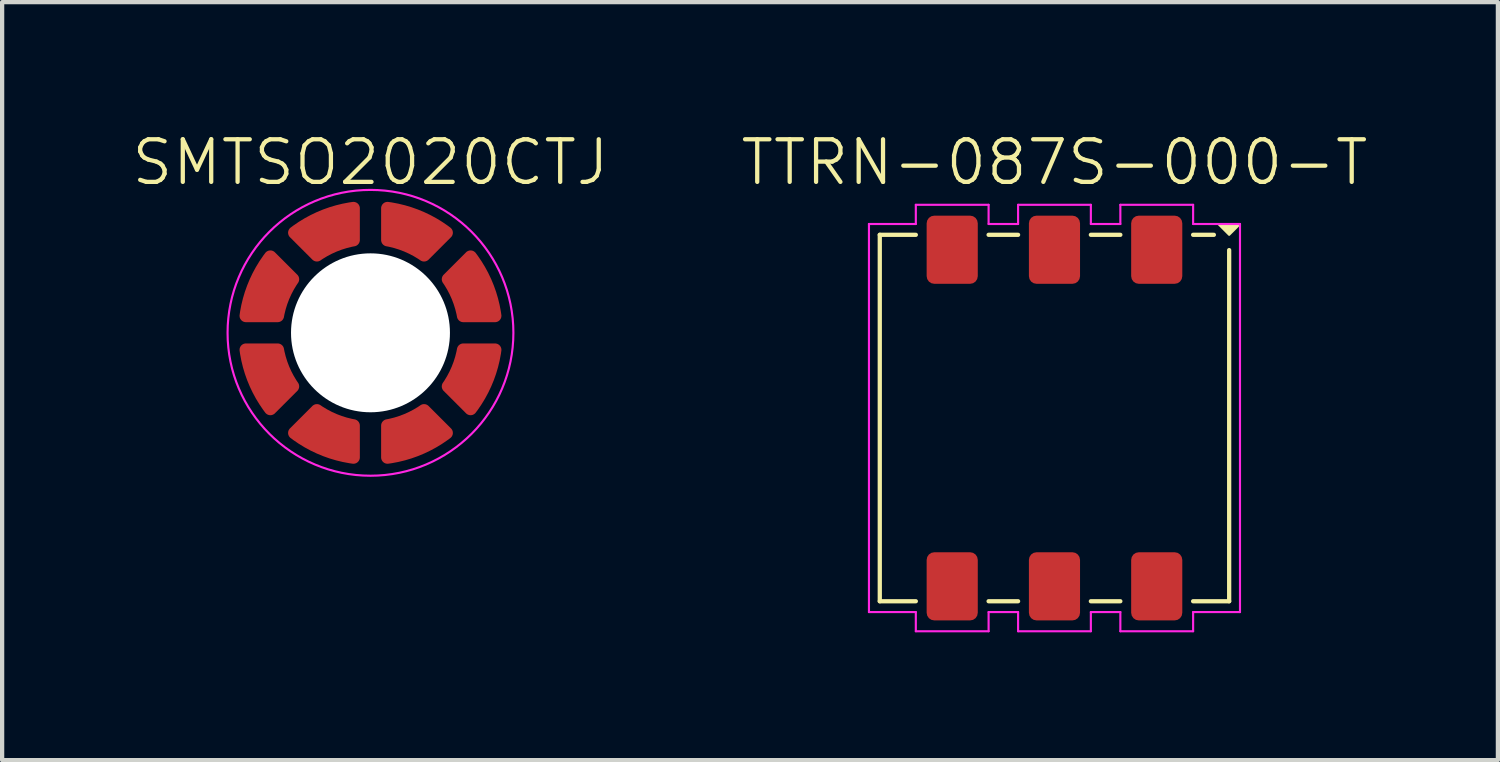
<source format=kicad_pcb>
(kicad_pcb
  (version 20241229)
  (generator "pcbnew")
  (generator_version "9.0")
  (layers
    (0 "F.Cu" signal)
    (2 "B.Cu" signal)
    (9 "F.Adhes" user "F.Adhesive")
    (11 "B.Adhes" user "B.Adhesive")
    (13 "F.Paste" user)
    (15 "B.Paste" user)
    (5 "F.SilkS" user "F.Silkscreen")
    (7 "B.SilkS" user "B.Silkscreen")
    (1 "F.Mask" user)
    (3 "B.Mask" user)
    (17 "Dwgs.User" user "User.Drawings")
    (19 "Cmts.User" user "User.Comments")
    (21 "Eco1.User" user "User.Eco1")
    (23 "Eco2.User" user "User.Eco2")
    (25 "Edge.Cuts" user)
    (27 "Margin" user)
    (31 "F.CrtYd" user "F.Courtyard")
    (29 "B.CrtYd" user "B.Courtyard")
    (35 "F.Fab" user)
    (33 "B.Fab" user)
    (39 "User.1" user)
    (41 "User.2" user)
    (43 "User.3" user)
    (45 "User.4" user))
  (footprint "SMTSO2020CTJ"
    (layer "F.Cu")
    (at 5.645 4.761)
    (property "Reference" "SMTSO2020CTJ" (at 0 -4 0) (unlocked yes) (layer "F.SilkS") (effects (font (size 1 1) (thickness 0.1))))
    (attr smd)
    (fp_circle (center 0 0) (end 3.354 0) (stroke (width 0.05) (type default)) (fill no) (layer "F.CrtYd"))
    (pad "" np_thru_hole circle (at 0 0) (size 3.73 3.73) (drill 3.73) (layers "*.Cu" "*.Mask"))
    (pad "1" smd custom (at -2.386 -0.988) (size 0.5 0.5) (layers "F.Cu" "F.Mask" "F.Paste") (options (anchor circle)) (primitives (gr_poly (pts (arc (start -0.083093 -0.886282) (mid -0.478108 -0.198038) (end -0.685452 0.567941)) (arc (start -0.685452 0.567941) (mid -0.649865 0.686893) (end -0.536837 0.73828)) (arc (start 0.207335 0.73828) (mid 0.303349 0.70353) (end 0.354869 0.615368)) (arc (start 0.354869 0.615368) (mid 0.478107 0.198039) (end 0.686061 -0.1842)) (arc (start 0.686061 -0.1842) (mid 0.711963 -0.282967) (end 0.668651 -0.375434)) (arc (start 0.142442 -0.901643) (mid 0.026182 -0.945228) (end -0.083093 -0.886282))) (width 0) (fill yes))))
    (pad "1" smd custom (at -2.386 0.988) (size 0.5 0.5) (layers "F.Cu" "F.Mask" "F.Paste") (options (anchor circle)) (primitives (gr_poly (pts (arc (start 0.354869 -0.615368) (mid 0.303348 -0.703526) (end 0.207335 -0.73828)) (arc (start -0.536837 -0.73828) (mid -0.649863 -0.686889) (end -0.685452 -0.567941)) (arc (start -0.685452 -0.567941) (mid -0.478108 0.198039) (end -0.083093 0.886283)) (arc (start -0.083093 0.886283) (mid 0.026182 0.945233) (end 0.142442 0.901644)) (arc (start 0.668651 0.375435) (mid 0.711968 0.282971) (end 0.686061 0.184201)) (arc (start 0.686061 0.184201) (mid 0.478107 -0.198038) (end 0.354869 -0.615368))) (width 0) (fill yes))))
    (pad "1" smd custom (at -0.988 -2.386) (size 0.5 0.5) (layers "F.Cu" "F.Mask" "F.Paste") (options (anchor circle)) (primitives (gr_poly (pts (arc (start 0.567941 -0.685452) (mid -0.198039 -0.478108) (end -0.886283 -0.083093)) (arc (start -0.886283 -0.083093) (mid -0.945231 0.026182) (end -0.901644 0.142441)) (arc (start -0.375435 0.668651) (mid -0.282971 0.711969) (end -0.184201 0.686061)) (arc (start -0.184201 0.686061) (mid 0.198038 0.478108) (end 0.615368 0.354869)) (arc (start 0.615368 0.354869) (mid 0.703537 0.303357) (end 0.73828 0.207335)) (arc (start 0.73828 -0.536837) (mid 0.686929 -0.649885) (end 0.567941 -0.685452))) (width 0) (fill yes))))
    (pad "1" smd custom (at -0.988 2.386) (size 0.5 0.5) (layers "F.Cu" "F.Mask" "F.Paste") (options (anchor circle)) (primitives (gr_poly (pts (arc (start -0.886283 0.083093) (mid -0.198039 0.478108) (end 0.567941 0.685452)) (arc (start 0.567941 0.685452) (mid 0.686892 0.649847) (end 0.73828 0.536837)) (arc (start 0.73828 -0.207335) (mid 0.703523 -0.303346) (end 0.615368 -0.354869)) (arc (start 0.615368 -0.354869) (mid 0.198038 -0.478106) (end -0.184201 -0.686061)) (arc (start -0.184201 -0.686061) (mid -0.28297 -0.711956) (end -0.375435 -0.668651)) (arc (start -0.901644 -0.142442) (mid -0.945229 -0.026182) (end -0.886283 0.083093))) (width 0) (fill yes))))
    (pad "1" smd custom (at 0.988 -2.386) (size 0.5 0.5) (layers "F.Cu" "F.Mask" "F.Paste") (options (anchor circle)) (primitives (gr_poly (pts (arc (start 0.886282 -0.083093) (mid 0.198038 -0.478108) (end -0.567941 -0.685452)) (arc (start -0.567941 -0.685452) (mid -0.686891 -0.649876) (end -0.73828 -0.536837)) (arc (start -0.73828 0.207335) (mid -0.70353 0.303349) (end -0.615368 0.354869)) (arc (start -0.615368 0.354869) (mid -0.198039 0.478107) (end 0.1842 0.686061)) (arc (start 0.1842 0.686061) (mid 0.282967 0.711967) (end 0.375434 0.668651)) (arc (start 0.901643 0.142441) (mid 0.945224 0.026182) (end 0.886282 -0.083093))) (width 0) (fill yes))))
    (pad "1" smd custom (at 0.988 2.386) (size 0.5 0.5) (layers "F.Cu" "F.Mask" "F.Paste") (options (anchor circle)) (primitives (gr_poly (pts (arc (start -0.567941 0.685452) (mid 0.198038 0.478108) (end 0.886282 0.083093)) (arc (start 0.886282 0.083093) (mid 0.945236 -0.026178) (end 0.901643 -0.142442)) (arc (start 0.375434 -0.668651) (mid 0.282967 -0.711961) (end 0.1842 -0.686061)) (arc (start 0.1842 -0.686061) (mid -0.198039 -0.478107) (end -0.615368 -0.354869)) (arc (start -0.615368 -0.354869) (mid -0.70354 -0.303374) (end -0.73828 -0.207335)) (arc (start -0.73828 0.536837) (mid -0.686862 0.649847) (end -0.567941 0.685452))) (width 0) (fill yes))))
    (pad "1" smd custom (at 2.386 -0.988) (size 0.5 0.5) (layers "F.Cu" "F.Mask" "F.Paste") (options (anchor circle)) (primitives (gr_poly (pts (arc (start 0.685452 0.567941) (mid 0.478108 -0.198038) (end 0.083093 -0.886282)) (arc (start 0.083093 -0.886282) (mid -0.026182 -0.945227) (end -0.142441 -0.901643)) (arc (start -0.668651 -0.375434) (mid -0.711962 -0.282967) (end -0.686061 -0.1842)) (arc (start -0.686061 -0.1842) (mid -0.478108 0.198039) (end -0.354869 0.615368)) (arc (start -0.354869 0.615368) (mid -0.30338 0.703544) (end -0.207335 0.73828)) (arc (start 0.536837 0.73828) (mid 0.649847 0.686866) (end 0.685452 0.567941))) (width 0) (fill yes))))
    (pad "1" smd custom (at 2.386 0.988) (size 0.5 0.5) (layers "F.Cu" "F.Mask" "F.Paste") (options (anchor circle)) (primitives (gr_poly (pts (arc (start 0.083093 0.886283) (mid 0.478108 0.198039) (end 0.685452 -0.567941)) (arc (start 0.685452 -0.567941) (mid 0.649863 -0.686893) (end 0.536837 -0.73828)) (arc (start -0.207335 -0.73828) (mid -0.303356 -0.703535) (end -0.354869 -0.615368)) (arc (start -0.354869 -0.615368) (mid -0.478106 -0.198038) (end -0.686061 0.184201)) (arc (start -0.686061 0.184201) (mid -0.71196 0.28297) (end -0.668651 0.375435)) (arc (start -0.142441 0.901644) (mid -0.026182 0.94523) (end 0.083093 0.886283))) (width 0) (fill yes)))))
  (footprint "TTRN-087S-000-T"
    (layer "F.Cu")
    (at 21.698 6.761)
    (property "Reference" "TTRN-087S-000-T" (at 0 -6 0) (unlocked yes) (layer "F.SilkS") (effects (font (size 1 1) (thickness 0.1))))
    (attr smd)
    (fp_line (start -4.1 -4.3) (end -3.254 -4.3) (stroke (width 0.1) (type default)) (layer "F.SilkS"))
    (fp_line (start -4.1 4.3) (end -4.1 -4.3) (stroke (width 0.1) (type default)) (layer "F.SilkS"))
    (fp_line (start -3.254 4.3) (end -4.1 4.3) (stroke (width 0.1) (type default)) (layer "F.SilkS"))
    (fp_line (start -1.546 -4.3) (end -0.854 -4.3) (stroke (width 0.1) (type default)) (layer "F.SilkS"))
    (fp_line (start -0.854 4.3) (end -1.546 4.3) (stroke (width 0.1) (type default)) (layer "F.SilkS"))
    (fp_line (start 0.854 -4.3) (end 1.546 -4.3) (stroke (width 0.1) (type default)) (layer "F.SilkS"))
    (fp_line (start 1.546 4.3) (end 0.854 4.3) (stroke (width 0.1) (type default)) (layer "F.SilkS"))
    (fp_line (start 3.254 -4.3) (end 3.741 -4.3) (stroke (width 0.1) (type default)) (layer "F.SilkS"))
    (fp_line (start 4.1 -3.941) (end 4.1 4.3) (stroke (width 0.1) (type default)) (layer "F.SilkS"))
    (fp_line (start 4.1 4.3) (end 3.254 4.3) (stroke (width 0.1) (type default)) (layer "F.SilkS"))
    (fp_poly (pts (xy 3.85 -4.55) (xy 4.1 -4.55) (xy 4.35 -4.55) (xy 4.1 -4.3)) (stroke (width 0.05) (type solid)) (fill yes) (layer "F.SilkS"))
    (fp_line (start -4.354 -4.554) (end -3.254 -4.554) (stroke (width 0.05) (type default)) (layer "F.CrtYd"))
    (fp_line (start -4.354 4.554) (end -4.354 -4.554) (stroke (width 0.05) (type default)) (layer "F.CrtYd"))
    (fp_line (start -3.254 -5.004) (end -1.546 -5.004) (stroke (width 0.05) (type default)) (layer "F.CrtYd"))
    (fp_line (start -3.254 -4.554) (end -3.254 -5.004) (stroke (width 0.05) (type default)) (layer "F.CrtYd"))
    (fp_line (start -3.254 4.554) (end -4.354 4.554) (stroke (width 0.05) (type default)) (layer "F.CrtYd"))
    (fp_line (start -3.254 4.554) (end -3.254 5.004) (stroke (width 0.05) (type default)) (layer "F.CrtYd"))
    (fp_line (start -3.254 5.004) (end -1.546 5.004) (stroke (width 0.05) (type default)) (layer "F.CrtYd"))
    (fp_line (start -1.546 -5.004) (end -1.546 -4.554) (stroke (width 0.05) (type default)) (layer "F.CrtYd"))
    (fp_line (start -1.546 -4.554) (end -0.854 -4.554) (stroke (width 0.05) (type default)) (layer "F.CrtYd"))
    (fp_line (start -1.546 5.004) (end -1.546 4.554) (stroke (width 0.05) (type default)) (layer "F.CrtYd"))
    (fp_line (start -0.854 -5.004) (end 0.854 -5.004) (stroke (width 0.05) (type default)) (layer "F.CrtYd"))
    (fp_line (start -0.854 -4.554) (end -0.854 -5.004) (stroke (width 0.05) (type default)) (layer "F.CrtYd"))
    (fp_line (start -0.854 4.554) (end -1.546 4.554) (stroke (width 0.05) (type default)) (layer "F.CrtYd"))
    (fp_line (start -0.854 4.554) (end -0.854 5.004) (stroke (width 0.05) (type default)) (layer "F.CrtYd"))
    (fp_line (start -0.854 5.004) (end 0.854 5.004) (stroke (width 0.05) (type default)) (layer "F.CrtYd"))
    (fp_line (start 0.854 -5.004) (end 0.854 -4.554) (stroke (width 0.05) (type default)) (layer "F.CrtYd"))
    (fp_line (start 0.854 -4.554) (end 1.546 -4.554) (stroke (width 0.05) (type default)) (layer "F.CrtYd"))
    (fp_line (start 0.854 5.004) (end 0.854 4.554) (stroke (width 0.05) (type default)) (layer "F.CrtYd"))
    (fp_line (start 1.546 -5.004) (end 3.254 -5.004) (stroke (width 0.05) (type default)) (layer "F.CrtYd"))
    (fp_line (start 1.546 -4.554) (end 1.546 -5.004) (stroke (width 0.05) (type default)) (layer "F.CrtYd"))
    (fp_line (start 1.546 4.554) (end 0.854 4.554) (stroke (width 0.05) (type default)) (layer "F.CrtYd"))
    (fp_line (start 1.546 4.554) (end 1.546 5.004) (stroke (width 0.05) (type default)) (layer "F.CrtYd"))
    (fp_line (start 1.546 5.004) (end 3.254 5.004) (stroke (width 0.05) (type default)) (layer "F.CrtYd"))
    (fp_line (start 3.254 -5.004) (end 3.254 -4.554) (stroke (width 0.05) (type default)) (layer "F.CrtYd"))
    (fp_line (start 3.254 -4.554) (end 4.354 -4.554) (stroke (width 0.05) (type default)) (layer "F.CrtYd"))
    (fp_line (start 3.254 5.004) (end 3.254 4.554) (stroke (width 0.05) (type default)) (layer "F.CrtYd"))
    (fp_line (start 4.354 -4.554) (end 4.354 4.554) (stroke (width 0.05) (type default)) (layer "F.CrtYd"))
    (fp_line (start 4.354 4.554) (end 3.254 4.554) (stroke (width 0.05) (type default)) (layer "F.CrtYd"))
    (pad "1" smd roundrect (at -2.4 -3.95) (size 1.2 1.6) (layers "F.Cu" "F.Mask" "F.Paste") (roundrect_rratio 0.15))
    (pad "2" smd roundrect (at 0 -3.95) (size 1.2 1.6) (layers "F.Cu" "F.Mask" "F.Paste") (roundrect_rratio 0.15))
    (pad "3" smd roundrect (at 2.4 -3.95) (size 1.2 1.6) (layers "F.Cu" "F.Mask" "F.Paste") (roundrect_rratio 0.15))
    (pad "4" smd roundrect (at -2.4 3.95) (size 1.2 1.6) (layers "F.Cu" "F.Mask" "F.Paste") (roundrect_rratio 0.15))
    (pad "5" smd roundrect (at 0 3.95) (size 1.2 1.6) (layers "F.Cu" "F.Mask" "F.Paste") (roundrect_rratio 0.15))
    (pad "6" smd roundrect (at 2.4 3.95) (size 1.2 1.6) (layers "F.Cu" "F.Mask" "F.Paste") (roundrect_rratio 0.15)))
  (gr_rect
    (start -3 -3)
    (end 32.105 14.79)
    (stroke (width 0.1) (type default))
    (fill no)
    (layer "Edge.Cuts")))
</source>
